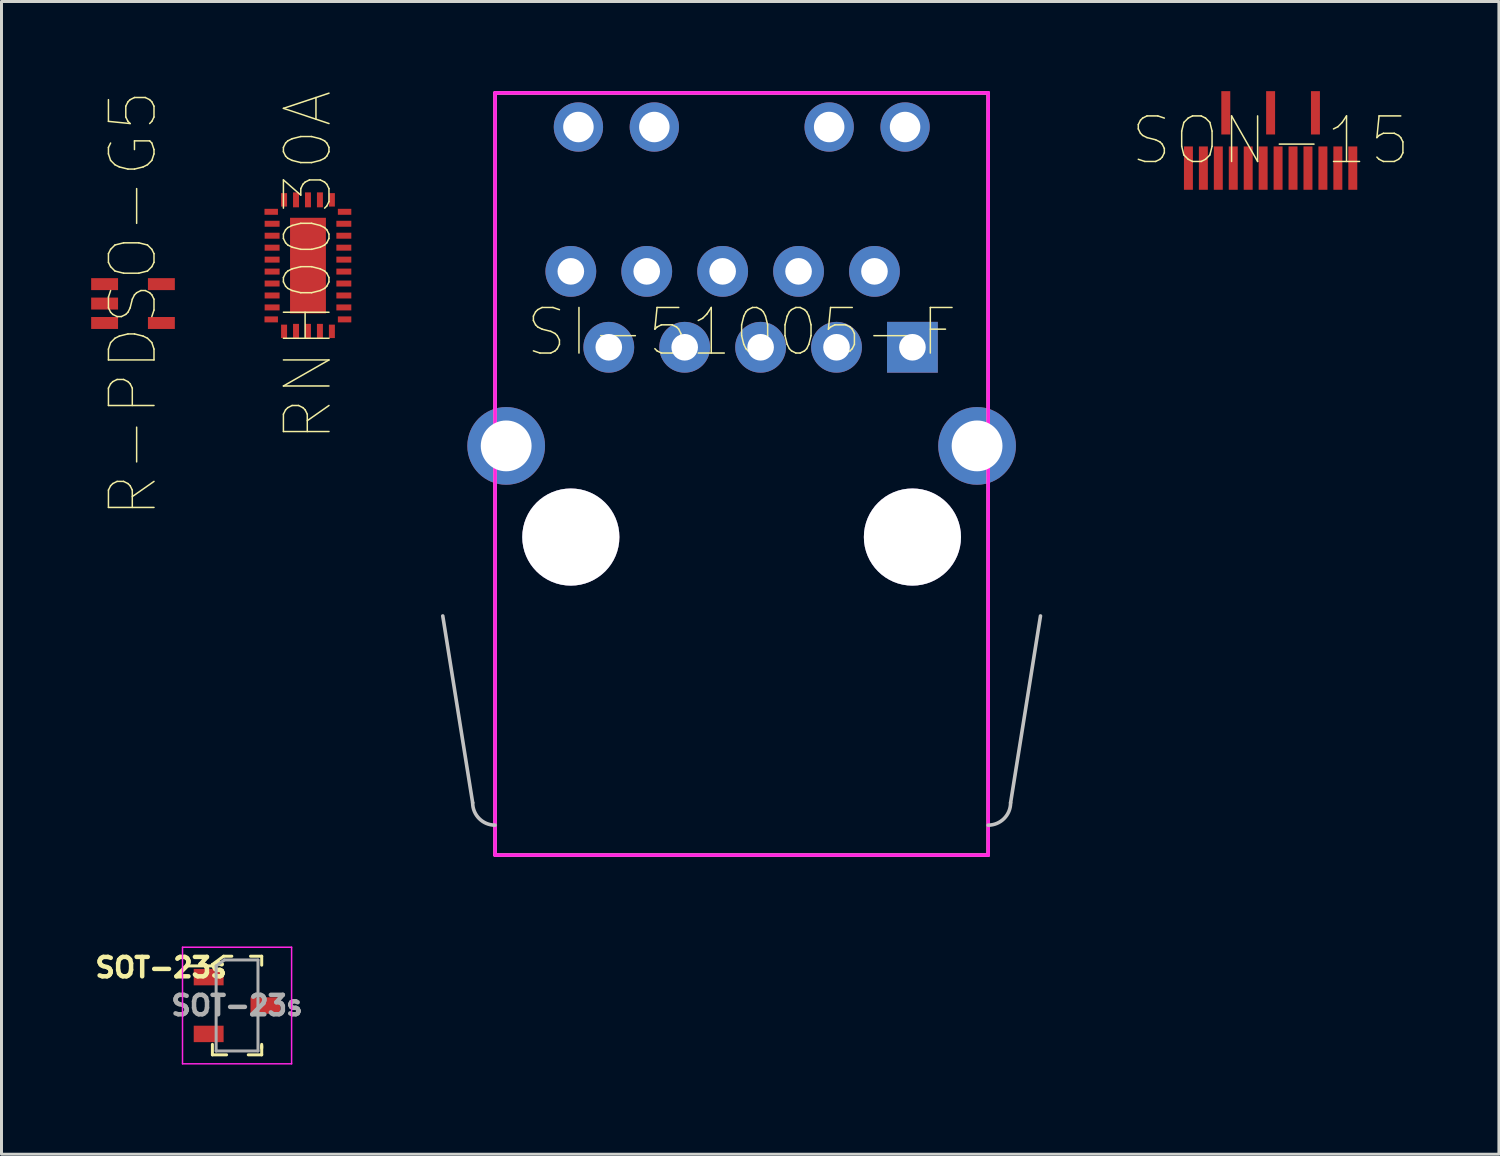
<source format=kicad_pcb>
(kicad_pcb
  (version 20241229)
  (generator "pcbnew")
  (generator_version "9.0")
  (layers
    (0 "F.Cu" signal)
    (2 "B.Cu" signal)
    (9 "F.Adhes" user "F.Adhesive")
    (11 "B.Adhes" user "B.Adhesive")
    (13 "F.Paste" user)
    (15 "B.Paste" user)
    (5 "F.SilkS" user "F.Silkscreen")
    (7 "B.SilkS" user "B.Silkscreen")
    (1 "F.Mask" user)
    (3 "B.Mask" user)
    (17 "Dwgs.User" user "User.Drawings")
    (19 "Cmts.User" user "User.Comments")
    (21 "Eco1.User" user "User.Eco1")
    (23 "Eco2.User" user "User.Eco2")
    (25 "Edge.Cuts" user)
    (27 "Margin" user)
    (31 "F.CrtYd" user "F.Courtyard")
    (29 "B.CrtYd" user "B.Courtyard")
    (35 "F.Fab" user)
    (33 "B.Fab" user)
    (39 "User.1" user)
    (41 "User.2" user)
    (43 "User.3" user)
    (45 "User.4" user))
  (footprint "RNH0030A"
    (layer "F.Cu")
    (at 7.255 5.837)
    (property "Reference" "RNH0030A" (at 0 0 90) (layer "F.SilkS") (effects (font (size 1.524 1.524) (thickness 0.05))))
    (attr smd)
    (pad "1" smd rect (at -1.23 -1.8 90) (size 0.2 0.45) (layers "F.Cu" "F.Mask" "F.Paste"))
    (pad "2" smd rect (at -1.2 -1.4 90) (size 0.2 0.5) (layers "F.Cu" "F.Mask" "F.Paste"))
    (pad "3" smd rect (at -1.2 -1 90) (size 0.2 0.5) (layers "F.Cu" "F.Mask" "F.Paste"))
    (pad "4" smd rect (at -1.2 -0.6 90) (size 0.2 0.5) (layers "F.Cu" "F.Mask" "F.Paste"))
    (pad "5" smd rect (at -1.2 -0.2 90) (size 0.2 0.5) (layers "F.Cu" "F.Mask" "F.Paste"))
    (pad "6" smd rect (at -1.2 0.2 90) (size 0.2 0.5) (layers "F.Cu" "F.Mask" "F.Paste"))
    (pad "7" smd rect (at -1.2 0.6 90) (size 0.2 0.5) (layers "F.Cu" "F.Mask" "F.Paste"))
    (pad "8" smd rect (at -1.2 1 90) (size 0.2 0.5) (layers "F.Cu" "F.Mask" "F.Paste"))
    (pad "9" smd rect (at -1.2 1.4 90) (size 0.2 0.5) (layers "F.Cu" "F.Mask" "F.Paste"))
    (pad "10" smd rect (at -1.23 1.8 90) (size 0.2 0.45) (layers "F.Cu" "F.Mask" "F.Paste"))
    (pad "11" smd rect (at -0.8 2.2) (size 0.2 0.45) (layers "F.Cu" "F.Mask" "F.Paste"))
    (pad "12" smd rect (at -0.4 2.2) (size 0.2 0.5) (layers "F.Cu" "F.Mask" "F.Paste"))
    (pad "13" smd rect (at 0 2.2) (size 0.2 0.5) (layers "F.Cu" "F.Mask" "F.Paste"))
    (pad "14" smd rect (at 0.4 2.2) (size 0.2 0.5) (layers "F.Cu" "F.Mask" "F.Paste"))
    (pad "15" smd rect (at 0.8 2.2) (size 0.2 0.45) (layers "F.Cu" "F.Mask" "F.Paste"))
    (pad "16" smd rect (at 1.225 1.8 90) (size 0.2 0.45) (layers "F.Cu" "F.Mask" "F.Paste"))
    (pad "17" smd rect (at 1.2 1.4 90) (size 0.2 0.5) (layers "F.Cu" "F.Mask" "F.Paste"))
    (pad "18" smd rect (at 1.2 1 90) (size 0.2 0.5) (layers "F.Cu" "F.Mask" "F.Paste"))
    (pad "19" smd rect (at 1.2 0.6 90) (size 0.2 0.5) (layers "F.Cu" "F.Mask" "F.Paste"))
    (pad "20" smd rect (at 1.2 0.2 90) (size 0.2 0.5) (layers "F.Cu" "F.Mask" "F.Paste"))
    (pad "21" smd rect (at 1.2 -0.2 90) (size 0.2 0.5) (layers "F.Cu" "F.Mask" "F.Paste"))
    (pad "22" smd rect (at 1.2 -0.6 90) (size 0.2 0.5) (layers "F.Cu" "F.Mask" "F.Paste"))
    (pad "23" smd rect (at 1.2 -1 90) (size 0.2 0.5) (layers "F.Cu" "F.Mask" "F.Paste"))
    (pad "24" smd rect (at 1.2 -1.4 90) (size 0.2 0.5) (layers "F.Cu" "F.Mask" "F.Paste"))
    (pad "25" smd rect (at 1.225 -1.8 90) (size 0.2 0.45) (layers "F.Cu" "F.Mask" "F.Paste"))
    (pad "26" smd rect (at 0.8 -2.2) (size 0.2 0.45) (layers "F.Cu" "F.Mask" "F.Paste"))
    (pad "27" smd rect (at 0.4 -2.2) (size 0.2 0.5) (layers "F.Cu" "F.Mask" "F.Paste"))
    (pad "28" smd rect (at 0 -2.2) (size 0.2 0.5) (layers "F.Cu" "F.Mask" "F.Paste"))
    (pad "29" smd rect (at -0.4 -2.2) (size 0.2 0.5) (layers "F.Cu" "F.Mask" "F.Paste"))
    (pad "30" smd rect (at -0.8 -2.2) (size 0.2 0.45) (layers "F.Cu" "F.Mask" "F.Paste"))
    (pad "31" smd rect (at 0 0) (size 1.2 3.2) (layers "F.Cu" "F.Mask" "F.Paste")))
  (footprint "SI-51005-F"
    (layer "F.Cu")
    (at 21.765 8.06)
    (property "Reference" "SI-51005-F" (at 0 0 0) (layer "F.SilkS") (effects (font (size 1.524 1.524) (thickness 0.05))))
    (attr through_hole)
    (fp_line (start -8.25 -8) (end -8.25 -8) (stroke (width 0.12) (type solid)) (layer "F.SilkS"))
    (fp_line (start -8.25 -8) (end 8.25 -8) (stroke (width 0.12) (type solid)) (layer "F.SilkS"))
    (fp_line (start -8.25 17.5) (end -8.25 -8) (stroke (width 0.12) (type solid)) (layer "F.SilkS"))
    (fp_line (start 8.25 -8) (end 8.25 17.5) (stroke (width 0.12) (type solid)) (layer "F.SilkS"))
    (fp_line (start 8.25 17.5) (end -8.25 17.5) (stroke (width 0.12) (type solid)) (layer "F.SilkS"))
    (fp_line (start -9 15.75) (end -10 9.5) (stroke (width 0.12) (type solid)) (layer "Dwgs.User"))
    (fp_line (start 9 15.75) (end 10 9.5) (stroke (width 0.12) (type solid)) (layer "Dwgs.User"))
    (fp_arc (start -8.25 16.5) (mid -8.78033 16.28033) (end -9 15.75) (stroke (width 0.12) (type solid)) (layer "Dwgs.User"))
    (fp_arc (start 9 15.75) (mid 8.78033 16.28033) (end 8.25 16.5) (stroke (width 0.12) (type solid)) (layer "Dwgs.User"))
    (fp_line (start -8.25 -8) (end 8.25 -8) (stroke (width 0.12) (type solid)) (layer "F.CrtYd"))
    (fp_line (start -8.25 17.5) (end -8.25 -8) (stroke (width 0.12) (type solid)) (layer "F.CrtYd"))
    (fp_line (start 8.25 -8) (end 8.25 17.5) (stroke (width 0.12) (type solid)) (layer "F.CrtYd"))
    (fp_line (start 8.25 17.5) (end -8.25 17.5) (stroke (width 0.12) (type solid)) (layer "F.CrtYd"))
    (pad "" thru_hole circle (at -5.715 6.86 180) (size 3.25 3.25) (drill 3.25) (layers "*.Cu" "*.Mask"))
    (pad "" thru_hole circle (at 5.715 6.86 180) (size 3.25 3.25) (drill 3.25) (layers "*.Cu" "*.Mask"))
    (pad "1" thru_hole rect (at 5.715 0.51 180) (size 1.7 1.7) (drill 0.89) (layers "*.Cu" "*.Mask"))
    (pad "2" thru_hole circle (at 4.445 -2.03 180) (size 1.7 1.7) (drill 0.89) (layers "*.Cu" "*.Mask"))
    (pad "3" thru_hole circle (at 3.175 0.51 180) (size 1.7 1.7) (drill 0.89) (layers "*.Cu" "*.Mask"))
    (pad "4" thru_hole circle (at 1.905 -2.03 180) (size 1.7 1.7) (drill 0.89) (layers "*.Cu" "*.Mask"))
    (pad "5" thru_hole circle (at 0.635 0.51 270) (size 1.7 1.7) (drill 0.89) (layers "*.Cu" "*.Mask"))
    (pad "6" thru_hole circle (at -0.635 -2.03 180) (size 1.7 1.7) (drill 0.89) (layers "*.Cu" "*.Mask"))
    (pad "7" thru_hole circle (at -1.905 0.51 180) (size 1.7 1.7) (drill 0.89) (layers "*.Cu" "*.Mask"))
    (pad "8" thru_hole circle (at -3.175 -2.03 180) (size 1.7 1.7) (drill 0.89) (layers "*.Cu" "*.Mask"))
    (pad "9" thru_hole circle (at -4.445 0.51 180) (size 1.7 1.7) (drill 0.89) (layers "*.Cu" "*.Mask"))
    (pad "10" thru_hole circle (at -5.715 -2.03 180) (size 1.7 1.7) (drill 0.89) (layers "*.Cu" "*.Mask"))
    (pad "11" thru_hole circle (at 5.469 -6.86 180) (size 1.65 1.65) (drill 1.02) (layers "*.Cu" "*.Mask"))
    (pad "12" thru_hole circle (at 2.929 -6.86 180) (size 1.65 1.65) (drill 1.02) (layers "*.Cu" "*.Mask"))
    (pad "13" thru_hole circle (at -2.921 -6.86 180) (size 1.65 1.65) (drill 1.02) (layers "*.Cu" "*.Mask"))
    (pad "14" thru_hole circle (at -5.461 -6.86 180) (size 1.65 1.65) (drill 1.02) (layers "*.Cu" "*.Mask"))
    (pad "S" thru_hole circle (at -7.878 3.81 180) (size 2.6 2.6) (drill 1.7) (layers "*.Cu" "*.Mask"))
    (pad "S" thru_hole circle (at 7.878 3.81 180) (size 2.6 2.6) (drill 1.7) (layers "*.Cu" "*.Mask")))
  (footprint "SON-15"
    (layer "F.Cu")
    (at 39.465 1.65)
    (property "Reference" "SON-15" (at 0 0 0) (layer "F.SilkS") (effects (font (size 1.524 1.524) (thickness 0.05))))
    (attr smd)
    (pad "1" smd rect (at -2.75 0.925) (size 0.3 1.45) (layers "F.Cu" "F.Mask" "F.Paste"))
    (pad "2" smd rect (at -2.25 0.925) (size 0.3 1.45) (layers "F.Cu" "F.Mask" "F.Paste"))
    (pad "3" smd rect (at -1.75 0.925) (size 0.3 1.45) (layers "F.Cu" "F.Mask" "F.Paste"))
    (pad "4" smd rect (at -1.25 0.925) (size 0.3 1.45) (layers "F.Cu" "F.Mask" "F.Paste"))
    (pad "5" smd rect (at -0.75 0.925) (size 0.3 1.45) (layers "F.Cu" "F.Mask" "F.Paste"))
    (pad "6" smd rect (at -0.25 0.925) (size 0.3 1.45) (layers "F.Cu" "F.Mask" "F.Paste"))
    (pad "7" smd rect (at 0.25 0.925) (size 0.3 1.45) (layers "F.Cu" "F.Mask" "F.Paste"))
    (pad "8" smd rect (at 0.75 0.925) (size 0.3 1.45) (layers "F.Cu" "F.Mask" "F.Paste"))
    (pad "9" smd rect (at 1.25 0.925) (size 0.3 1.45) (layers "F.Cu" "F.Mask" "F.Paste"))
    (pad "10" smd rect (at 1.75 0.925) (size 0.3 1.45) (layers "F.Cu" "F.Mask" "F.Paste"))
    (pad "11" smd rect (at 2.25 0.925) (size 0.3 1.45) (layers "F.Cu" "F.Mask" "F.Paste"))
    (pad "12" smd rect (at 2.75 0.925) (size 0.3 1.45) (layers "F.Cu" "F.Mask" "F.Paste"))
    (pad "13" smd rect (at 1.5 -0.925) (size 0.3 1.45) (layers "F.Cu" "F.Mask" "F.Paste"))
    (pad "14" smd rect (at -0.00001 -0.925) (size 0.3 1.45) (layers "F.Cu" "F.Mask" "F.Paste"))
    (pad "15" smd rect (at -1.5 -0.925) (size 0.3 1.45) (layers "F.Cu" "F.Mask" "F.Paste")))
  (footprint "SOT-23s"
    (layer "F.Cu")
    (at 4.882 30.595)
    (property "Reference" "SOT-23s" (at -2.54 -1.27 0) (layer "F.SilkS") (effects (font (size 0.65 0.65) (thickness 0.15))))
    (attr smd)
    (fp_line (start -0.825 -1.375) (end -0.825 -1.325) (stroke (width 0.1) (type solid)) (layer "F.SilkS"))
    (fp_line (start -0.825 -1.325) (end -1.6 -1.325) (stroke (width 0.1) (type solid)) (layer "F.SilkS"))
    (fp_line (start -0.825 1.65) (end -0.825 1.3) (stroke (width 0.1) (type solid)) (layer "F.SilkS"))
    (fp_line (start -0.45 -1.65) (end -0.825 -1.375) (stroke (width 0.1) (type solid)) (layer "F.SilkS"))
    (fp_line (start -0.35 1.65) (end -0.825 1.65) (stroke (width 0.1) (type solid)) (layer "F.SilkS"))
    (fp_line (start -0.175 -1.65) (end -0.45 -1.65) (stroke (width 0.1) (type solid)) (layer "F.SilkS"))
    (fp_line (start 0.45 -1.65) (end 0.825 -1.65) (stroke (width 0.1) (type solid)) (layer "F.SilkS"))
    (fp_line (start 0.825 -1.65) (end 0.825 -1.35) (stroke (width 0.1) (type solid)) (layer "F.SilkS"))
    (fp_line (start 0.825 1.35) (end 0.825 1.65) (stroke (width 0.1) (type solid)) (layer "F.SilkS"))
    (fp_line (start 0.825 1.425) (end 0.825 1.3) (stroke (width 0.1) (type solid)) (layer "F.SilkS"))
    (fp_line (start 0.825 1.65) (end 0.375 1.65) (stroke (width 0.1) (type solid)) (layer "F.SilkS"))
    (fp_line (start -1.825 -1.95) (end -1.825 1.95) (stroke (width 0.05) (type solid)) (layer "F.CrtYd"))
    (fp_line (start -1.825 -1.95) (end 1.825 -1.95) (stroke (width 0.05) (type solid)) (layer "F.CrtYd"))
    (fp_line (start 1.825 -1.95) (end 1.825 1.95) (stroke (width 0.05) (type solid)) (layer "F.CrtYd"))
    (fp_line (start 1.825 1.95) (end -1.825 1.95) (stroke (width 0.05) (type solid)) (layer "F.CrtYd"))
    (fp_line (start -0.7 -1.325) (end -0.7 1.525) (stroke (width 0.1) (type solid)) (layer "F.Fab"))
    (fp_line (start -0.7 1.52) (end 0.7 1.52) (stroke (width 0.1) (type solid)) (layer "F.Fab"))
    (fp_line (start -0.425 -1.525) (end -0.7 -1.325) (stroke (width 0.1) (type solid)) (layer "F.Fab"))
    (fp_line (start -0.425 -1.525) (end 0.7 -1.525) (stroke (width 0.1) (type solid)) (layer "F.Fab"))
    (fp_line (start 0.7 1.52) (end 0.7 -1.52) (stroke (width 0.1) (type solid)) (layer "F.Fab"))
    (fp_text user "${REFERENCE}" (at 0 0 0) (layer "F.Fab") (effects (font (size 0.65 0.65) (thickness 0.15))))
    (pad "1" smd rect (at -0.95 -0.95 90) (size 0.55 1) (layers "F.Cu" "F.Mask" "F.Paste"))
    (pad "2" smd rect (at -0.95 0.95 90) (size 0.55 1) (layers "F.Cu" "F.Mask" "F.Paste"))
    (pad "3" smd rect (at 0.95 0 90) (size 0.55 1) (layers "F.Cu" "F.Mask" "F.Paste")))
  (footprint "R-PDSO-G5"
    (layer "F.Cu")
    (at 1.4 7.107)
    (property "Reference" "R-PDSO-G5" (at 0 0 90) (layer "F.SilkS") (effects (font (size 1.524 1.524) (thickness 0.05))))
    (attr smd)
    (pad "1" smd rect (at -0.95 -0.65 90) (size 0.4 0.9) (layers "F.Cu" "F.Mask" "F.Paste"))
    (pad "2" smd rect (at -0.95 0 90) (size 0.4 0.9) (layers "F.Cu" "F.Mask" "F.Paste"))
    (pad "3" smd rect (at -0.95 0.65 90) (size 0.4 0.9) (layers "F.Cu" "F.Mask" "F.Paste"))
    (pad "4" smd rect (at 0.95 0.65 90) (size 0.4 0.9) (layers "F.Cu" "F.Mask" "F.Paste"))
    (pad "5" smd rect (at 0.95 -0.65 90) (size 0.4 0.9) (layers "F.Cu" "F.Mask" "F.Paste")))
  (gr_rect
    (start -3 -3)
    (end 47.104 35.57)
    (stroke (width 0.1) (type default))
    (fill no)
    (layer "Edge.Cuts")))
</source>
